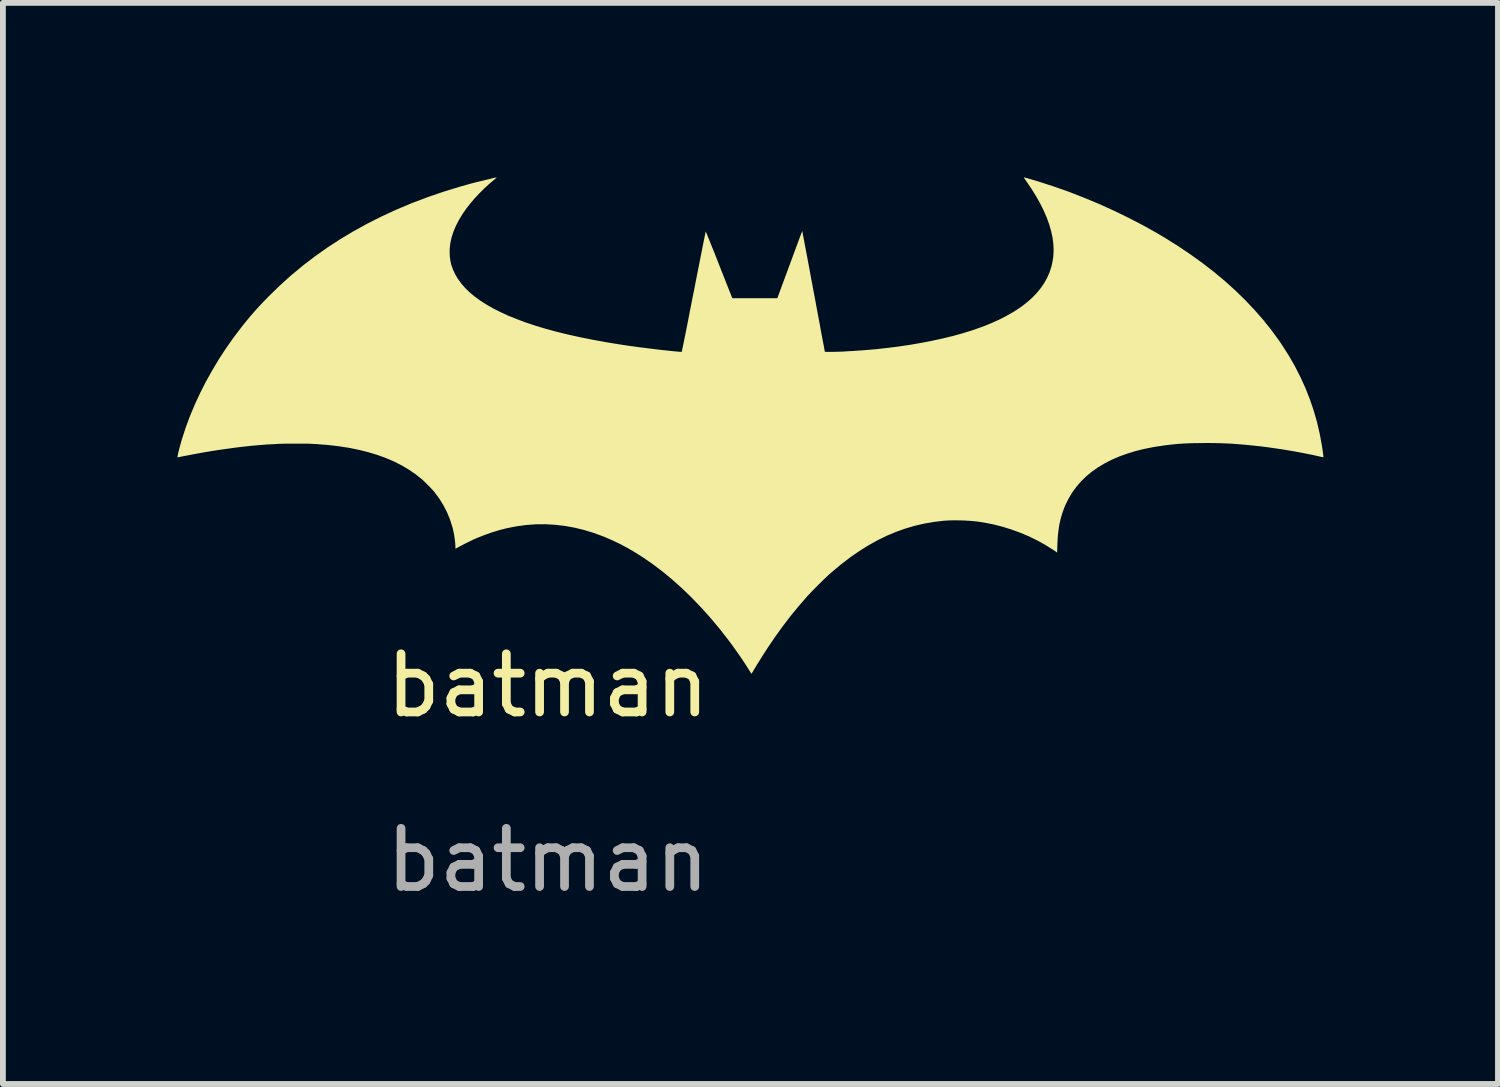
<source format=kicad_pcb>
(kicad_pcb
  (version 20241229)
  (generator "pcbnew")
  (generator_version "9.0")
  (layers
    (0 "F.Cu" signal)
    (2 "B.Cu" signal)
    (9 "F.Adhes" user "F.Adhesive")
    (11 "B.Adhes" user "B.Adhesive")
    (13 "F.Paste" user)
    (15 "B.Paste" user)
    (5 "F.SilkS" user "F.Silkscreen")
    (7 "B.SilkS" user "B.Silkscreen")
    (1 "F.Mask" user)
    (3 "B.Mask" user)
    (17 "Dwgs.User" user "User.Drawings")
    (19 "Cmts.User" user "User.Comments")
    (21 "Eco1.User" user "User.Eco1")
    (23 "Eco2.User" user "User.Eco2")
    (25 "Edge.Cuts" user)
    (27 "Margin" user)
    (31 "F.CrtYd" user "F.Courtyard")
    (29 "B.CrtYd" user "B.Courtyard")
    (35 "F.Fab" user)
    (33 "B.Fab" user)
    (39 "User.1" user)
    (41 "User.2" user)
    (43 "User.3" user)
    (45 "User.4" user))
  (footprint "batman"
    (layer "F.Cu")
    (at 6.367 9.232)
    (property "Reference" "batman" (at 0 -0.5 0) (unlocked yes) (layer "F.SilkS") (effects (font (size 1 1) (thickness 0.15))))
    (attr smd)
    (fp_poly (pts (xy 8.185 -9.232) (xy 8.2 -9.229) (xy 8.222 -9.223) (xy 8.252 -9.215) (xy 8.287 -9.205) (xy 8.327 -9.193) (xy 8.37 -9.181) (xy 8.416 -9.167) (xy 8.429 -9.163) (xy 8.691 -9.078) (xy 8.953 -8.986) (xy 9.214 -8.884) (xy 9.474 -8.776) (xy 9.73 -8.66) (xy 9.981 -8.538) (xy 10.226 -8.411) (xy 10.464 -8.278) (xy 10.617 -8.187) (xy 10.84 -8.047) (xy 11.053 -7.903) (xy 11.258 -7.755) (xy 11.454 -7.603) (xy 11.641 -7.447) (xy 11.818 -7.287) (xy 11.986 -7.123) (xy 12.145 -6.955) (xy 12.294 -6.784) (xy 12.434 -6.61) (xy 12.564 -6.432) (xy 12.613 -6.36) (xy 12.729 -6.178) (xy 12.836 -5.993) (xy 12.932 -5.805) (xy 13.019 -5.615) (xy 13.095 -5.422) (xy 13.162 -5.226) (xy 13.219 -5.027) (xy 13.266 -4.824) (xy 13.297 -4.657) (xy 13.305 -4.612) (xy 13.311 -4.569) (xy 13.317 -4.529) (xy 13.322 -4.494) (xy 13.326 -4.465) (xy 13.328 -4.442) (xy 13.329 -4.428) (xy 13.328 -4.423) (xy 13.323 -4.423) (xy 13.309 -4.426) (xy 13.289 -4.43) (xy 13.264 -4.436) (xy 13.251 -4.439) (xy 13.157 -4.46) (xy 13.055 -4.481) (xy 12.947 -4.502) (xy 12.833 -4.523) (xy 12.717 -4.543) (xy 12.6 -4.562) (xy 12.483 -4.579) (xy 12.37 -4.595) (xy 12.261 -4.609) (xy 12.209 -4.615) (xy 12.085 -4.628) (xy 11.97 -4.639) (xy 11.86 -4.648) (xy 11.755 -4.656) (xy 11.652 -4.661) (xy 11.548 -4.665) (xy 11.443 -4.667) (xy 11.333 -4.668) (xy 11.248 -4.667) (xy 11.156 -4.666) (xy 11.074 -4.665) (xy 10.998 -4.662) (xy 10.927 -4.659) (xy 10.858 -4.654) (xy 10.792 -4.649) (xy 10.724 -4.642) (xy 10.654 -4.634) (xy 10.583 -4.625) (xy 10.414 -4.599) (xy 10.252 -4.567) (xy 10.098 -4.529) (xy 9.952 -4.484) (xy 9.815 -4.434) (xy 9.685 -4.378) (xy 9.564 -4.315) (xy 9.451 -4.247) (xy 9.346 -4.173) (xy 9.25 -4.093) (xy 9.162 -4.007) (xy 9.083 -3.915) (xy 9.012 -3.818) (xy 8.95 -3.715) (xy 8.896 -3.606) (xy 8.876 -3.558) (xy 8.843 -3.467) (xy 8.815 -3.374) (xy 8.793 -3.279) (xy 8.777 -3.18) (xy 8.765 -3.074) (xy 8.758 -2.962) (xy 8.756 -2.911) (xy 8.752 -2.785) (xy 8.68 -2.835) (xy 8.55 -2.916) (xy 8.413 -2.992) (xy 8.27 -3.062) (xy 8.121 -3.125) (xy 7.968 -3.181) (xy 7.813 -3.229) (xy 7.657 -3.269) (xy 7.5 -3.3) (xy 7.435 -3.31) (xy 7.354 -3.321) (xy 7.267 -3.329) (xy 7.177 -3.335) (xy 7.087 -3.338) (xy 6.997 -3.339) (xy 6.913 -3.338) (xy 6.834 -3.334) (xy 6.807 -3.332) (xy 6.637 -3.312) (xy 6.47 -3.283) (xy 6.305 -3.245) (xy 6.142 -3.197) (xy 5.982 -3.14) (xy 5.822 -3.073) (xy 5.665 -2.996) (xy 5.509 -2.909) (xy 5.354 -2.812) (xy 5.199 -2.705) (xy 5.046 -2.588) (xy 4.893 -2.461) (xy 4.84 -2.415) (xy 4.812 -2.389) (xy 4.777 -2.356) (xy 4.738 -2.319) (xy 4.697 -2.278) (xy 4.653 -2.235) (xy 4.61 -2.191) (xy 4.567 -2.148) (xy 4.527 -2.107) (xy 4.491 -2.069) (xy 4.46 -2.036) (xy 4.449 -2.024) (xy 4.306 -1.859) (xy 4.166 -1.688) (xy 4.03 -1.51) (xy 3.897 -1.324) (xy 3.783 -1.156) (xy 3.755 -1.113) (xy 3.724 -1.065) (xy 3.691 -1.014) (xy 3.659 -0.963) (xy 3.627 -0.911) (xy 3.596 -0.863) (xy 3.569 -0.818) (xy 3.546 -0.779) (xy 3.536 -0.762) (xy 3.523 -0.74) (xy 3.512 -0.722) (xy 3.504 -0.709) (xy 3.5 -0.704) (xy 3.5 -0.704) (xy 3.496 -0.707) (xy 3.488 -0.718) (xy 3.477 -0.734) (xy 3.464 -0.755) (xy 3.462 -0.757) (xy 3.429 -0.811) (xy 3.39 -0.872) (xy 3.347 -0.937) (xy 3.301 -1.005) (xy 3.253 -1.074) (xy 3.204 -1.142) (xy 3.157 -1.208) (xy 3.111 -1.269) (xy 3.096 -1.289) (xy 2.943 -1.485) (xy 2.786 -1.671) (xy 2.628 -1.847) (xy 2.467 -2.014) (xy 2.304 -2.172) (xy 2.138 -2.32) (xy 1.971 -2.458) (xy 1.802 -2.586) (xy 1.647 -2.693) (xy 1.508 -2.782) (xy 1.372 -2.862) (xy 1.237 -2.934) (xy 1.102 -2.998) (xy 0.965 -3.057) (xy 0.957 -3.06) (xy 0.791 -3.121) (xy 0.625 -3.172) (xy 0.458 -3.213) (xy 0.292 -3.243) (xy 0.126 -3.262) (xy -0.04 -3.272) (xy -0.205 -3.271) (xy -0.371 -3.259) (xy -0.535 -3.237) (xy -0.7 -3.205) (xy -0.707 -3.203) (xy -0.838 -3.17) (xy -0.971 -3.129) (xy -1.104 -3.081) (xy -1.234 -3.029) (xy -1.257 -3.019) (xy -1.284 -3.007) (xy -1.316 -2.991) (xy -1.353 -2.973) (xy -1.393 -2.954) (xy -1.432 -2.934) (xy -1.469 -2.915) (xy -1.502 -2.898) (xy -1.53 -2.883) (xy -1.543 -2.876) (xy -1.561 -2.865) (xy -1.576 -2.857) (xy -1.585 -2.853) (xy -1.587 -2.852) (xy -1.589 -2.857) (xy -1.59 -2.87) (xy -1.59 -2.888) (xy -1.59 -2.892) (xy -1.592 -2.935) (xy -1.597 -2.985) (xy -1.604 -3.04) (xy -1.613 -3.098) (xy -1.625 -3.154) (xy -1.637 -3.208) (xy -1.645 -3.235) (xy -1.685 -3.359) (xy -1.735 -3.48) (xy -1.795 -3.596) (xy -1.863 -3.707) (xy -1.941 -3.813) (xy -1.943 -3.816) (xy -1.964 -3.841) (xy -1.992 -3.872) (xy -2.023 -3.905) (xy -2.057 -3.94) (xy -2.091 -3.974) (xy -2.124 -4.006) (xy -2.153 -4.033) (xy -2.166 -4.045) (xy -2.273 -4.13) (xy -2.388 -4.209) (xy -2.511 -4.282) (xy -2.641 -4.348) (xy -2.779 -4.408) (xy -2.926 -4.461) (xy -3.08 -4.508) (xy -3.242 -4.549) (xy -3.413 -4.584) (xy -3.592 -4.612) (xy -3.778 -4.634) (xy -3.974 -4.649) (xy -4.065 -4.654) (xy -4.087 -4.655) (xy -4.116 -4.656) (xy -4.152 -4.656) (xy -4.194 -4.656) (xy -4.239 -4.657) (xy -4.287 -4.657) (xy -4.337 -4.657) (xy -4.387 -4.657) (xy -4.436 -4.656) (xy -4.484 -4.656) (xy -4.527 -4.656) (xy -4.566 -4.655) (xy -4.6 -4.654) (xy -4.626 -4.654) (xy -4.644 -4.653) (xy -4.651 -4.652) (xy -4.662 -4.651) (xy -4.681 -4.65) (xy -4.705 -4.648) (xy -4.732 -4.647) (xy -4.737 -4.647) (xy -4.845 -4.641) (xy -4.961 -4.632) (xy -5.086 -4.621) (xy -5.216 -4.607) (xy -5.352 -4.591) (xy -5.491 -4.572) (xy -5.633 -4.552) (xy -5.776 -4.53) (xy -5.919 -4.506) (xy -5.95 -4.5) (xy -5.986 -4.494) (xy -6.025 -4.487) (xy -6.067 -4.479) (xy -6.111 -4.471) (xy -6.155 -4.462) (xy -6.198 -4.454) (xy -6.239 -4.446) (xy -6.276 -4.439) (xy -6.308 -4.433) (xy -6.333 -4.427) (xy -6.351 -4.424) (xy -6.359 -4.422) (xy -6.365 -4.421) (xy -6.367 -4.425) (xy -6.366 -4.436) (xy -6.365 -4.442) (xy -6.361 -4.463) (xy -6.355 -4.492) (xy -6.346 -4.528) (xy -6.336 -4.569) (xy -6.324 -4.613) (xy -6.312 -4.658) (xy -6.299 -4.702) (xy -6.287 -4.744) (xy -6.286 -4.746) (xy -6.223 -4.94) (xy -6.15 -5.136) (xy -6.067 -5.333) (xy -5.976 -5.529) (xy -5.877 -5.724) (xy -5.769 -5.917) (xy -5.655 -6.108) (xy -5.533 -6.295) (xy -5.405 -6.477) (xy -5.271 -6.653) (xy -5.244 -6.688) (xy -5.178 -6.77) (xy -5.115 -6.846) (xy -5.052 -6.918) (xy -4.989 -6.989) (xy -4.923 -7.06) (xy -4.852 -7.134) (xy -4.794 -7.193) (xy -4.608 -7.374) (xy -4.415 -7.548) (xy -4.214 -7.715) (xy -4.005 -7.875) (xy -3.789 -8.028) (xy -3.566 -8.173) (xy -3.335 -8.311) (xy -3.097 -8.442) (xy -2.852 -8.565) (xy -2.6 -8.681) (xy -2.341 -8.79) (xy -2.074 -8.891) (xy -1.801 -8.985) (xy -1.521 -9.071) (xy -1.364 -9.115) (xy -1.33 -9.125) (xy -1.291 -9.135) (xy -1.249 -9.146) (xy -1.204 -9.157) (xy -1.159 -9.168) (xy -1.113 -9.179) (xy -1.068 -9.19) (xy -1.026 -9.2) (xy -0.986 -9.21) (xy -0.951 -9.218) (xy -0.922 -9.224) (xy -0.9 -9.229) (xy -0.885 -9.232) (xy -0.879 -9.232) (xy -0.879 -9.232) (xy -0.882 -9.229) (xy -0.892 -9.22) (xy -0.908 -9.206) (xy -0.927 -9.19) (xy -0.936 -9.183) (xy -1.019 -9.112) (xy -1.102 -9.035) (xy -1.182 -8.955) (xy -1.258 -8.874) (xy -1.328 -8.792) (xy -1.39 -8.713) (xy -1.393 -8.71) (xy -1.465 -8.607) (xy -1.527 -8.505) (xy -1.579 -8.405) (xy -1.621 -8.307) (xy -1.653 -8.21) (xy -1.675 -8.115) (xy -1.687 -8.02) (xy -1.689 -7.953) (xy -1.686 -7.872) (xy -1.675 -7.794) (xy -1.657 -7.719) (xy -1.629 -7.644) (xy -1.599 -7.578) (xy -1.552 -7.496) (xy -1.494 -7.415) (xy -1.427 -7.337) (xy -1.35 -7.262) (xy -1.262 -7.188) (xy -1.165 -7.117) (xy -1.057 -7.048) (xy -0.94 -6.981) (xy -0.813 -6.917) (xy -0.676 -6.854) (xy -0.529 -6.795) (xy -0.373 -6.737) (xy -0.207 -6.682) (xy -0.031 -6.629) (xy 0.154 -6.579) (xy 0.349 -6.531) (xy 0.554 -6.486) (xy 0.768 -6.443) (xy 0.991 -6.402) (xy 1.224 -6.364) (xy 1.402 -6.337) (xy 1.463 -6.329) (xy 1.527 -6.32) (xy 1.593 -6.311) (xy 1.661 -6.303) (xy 1.729 -6.294) (xy 1.796 -6.286) (xy 1.863 -6.278) (xy 1.928 -6.27) (xy 1.99 -6.263) (xy 2.049 -6.257) (xy 2.104 -6.251) (xy 2.154 -6.246) (xy 2.197 -6.242) (xy 2.234 -6.238) (xy 2.264 -6.236) (xy 2.285 -6.235) (xy 2.298 -6.235) (xy 2.301 -6.236) (xy 2.302 -6.242) (xy 2.305 -6.257) (xy 2.31 -6.281) (xy 2.317 -6.314) (xy 2.326 -6.356) (xy 2.336 -6.405) (xy 2.347 -6.462) (xy 2.36 -6.525) (xy 2.374 -6.595) (xy 2.389 -6.671) (xy 2.405 -6.752) (xy 2.422 -6.838) (xy 2.439 -6.928) (xy 2.458 -7.022) (xy 2.477 -7.12) (xy 2.497 -7.221) (xy 2.507 -7.269) (xy 2.527 -7.371) (xy 2.546 -7.47) (xy 2.565 -7.566) (xy 2.583 -7.658) (xy 2.601 -7.747) (xy 2.617 -7.83) (xy 2.633 -7.908) (xy 2.647 -7.981) (xy 2.66 -8.047) (xy 2.672 -8.107) (xy 2.683 -8.16) (xy 2.692 -8.205) (xy 2.7 -8.243) (xy 2.705 -8.271) (xy 2.71 -8.291) (xy 2.712 -8.301) (xy 2.712 -8.302) (xy 2.715 -8.298) (xy 2.72 -8.285) (xy 2.73 -8.263) (xy 2.742 -8.233) (xy 2.757 -8.196) (xy 2.775 -8.152) (xy 2.795 -8.102) (xy 2.817 -8.047) (xy 2.842 -7.986) (xy 2.868 -7.921) (xy 2.895 -7.852) (xy 2.923 -7.781) (xy 2.942 -7.732) (xy 3.169 -7.157) (xy 3.943 -7.157) (xy 4.104 -7.592) (xy 4.14 -7.69) (xy 4.173 -7.779) (xy 4.203 -7.859) (xy 4.229 -7.931) (xy 4.253 -7.994) (xy 4.273 -8.05) (xy 4.292 -8.1) (xy 4.307 -8.142) (xy 4.321 -8.179) (xy 4.333 -8.209) (xy 4.342 -8.235) (xy 4.35 -8.256) (xy 4.357 -8.273) (xy 4.362 -8.285) (xy 4.365 -8.295) (xy 4.368 -8.302) (xy 4.37 -8.306) (xy 4.371 -8.308) (xy 4.372 -8.309) (xy 4.372 -8.308) (xy 4.372 -8.308) (xy 4.374 -8.303) (xy 4.377 -8.287) (xy 4.381 -8.263) (xy 4.387 -8.23) (xy 4.395 -8.189) (xy 4.404 -8.141) (xy 4.414 -8.086) (xy 4.426 -8.026) (xy 4.438 -7.959) (xy 4.452 -7.888) (xy 4.466 -7.813) (xy 4.481 -7.733) (xy 4.496 -7.651) (xy 4.512 -7.566) (xy 4.528 -7.479) (xy 4.545 -7.391) (xy 4.561 -7.302) (xy 4.578 -7.212) (xy 4.595 -7.123) (xy 4.611 -7.035) (xy 4.627 -6.949) (xy 4.643 -6.865) (xy 4.658 -6.784) (xy 4.673 -6.706) (xy 4.686 -6.631) (xy 4.699 -6.562) (xy 4.711 -6.497) (xy 4.722 -6.439) (xy 4.732 -6.386) (xy 4.741 -6.341) (xy 4.748 -6.303) (xy 4.753 -6.273) (xy 4.757 -6.251) (xy 4.759 -6.239) (xy 4.76 -6.236) (xy 4.765 -6.235) (xy 4.778 -6.235) (xy 4.8 -6.234) (xy 4.827 -6.234) (xy 4.859 -6.234) (xy 4.894 -6.234) (xy 4.931 -6.235) (xy 4.968 -6.236) (xy 5.004 -6.237) (xy 5.036 -6.238) (xy 5.065 -6.239) (xy 5.088 -6.24) (xy 5.09 -6.241) (xy 5.106 -6.242) (xy 5.129 -6.243) (xy 5.158 -6.245) (xy 5.191 -6.247) (xy 5.221 -6.248) (xy 5.423 -6.262) (xy 5.626 -6.279) (xy 5.826 -6.301) (xy 6.025 -6.326) (xy 6.221 -6.355) (xy 6.412 -6.388) (xy 6.598 -6.424) (xy 6.778 -6.463) (xy 6.951 -6.505) (xy 7.116 -6.55) (xy 7.272 -6.598) (xy 7.31 -6.61) (xy 7.47 -6.667) (xy 7.62 -6.727) (xy 7.761 -6.791) (xy 7.892 -6.858) (xy 8.013 -6.928) (xy 8.124 -7.001) (xy 8.225 -7.078) (xy 8.316 -7.158) (xy 8.398 -7.241) (xy 8.469 -7.328) (xy 8.531 -7.418) (xy 8.582 -7.511) (xy 8.624 -7.607) (xy 8.656 -7.707) (xy 8.678 -7.81) (xy 8.687 -7.878) (xy 8.692 -7.98) (xy 8.688 -8.086) (xy 8.674 -8.195) (xy 8.65 -8.307) (xy 8.617 -8.422) (xy 8.574 -8.541) (xy 8.522 -8.662) (xy 8.46 -8.786) (xy 8.389 -8.912) (xy 8.309 -9.041) (xy 8.232 -9.154) (xy 8.215 -9.179) (xy 8.2 -9.2) (xy 8.189 -9.217) (xy 8.181 -9.228) (xy 8.179 -9.232)) (stroke (width 0) (type solid)) (fill yes) (layer "F.SilkS"))
    (fp_text user "${REFERENCE}" (at 0 2.5 0) (unlocked yes) (layer "F.Fab") (effects (font (size 1 1) (thickness 0.15)))))
  (gr_rect
    (start -3 -3)
    (end 22.696 15.581)
    (stroke (width 0.1) (type default))
    (fill no)
    (layer "Edge.Cuts")))
</source>
